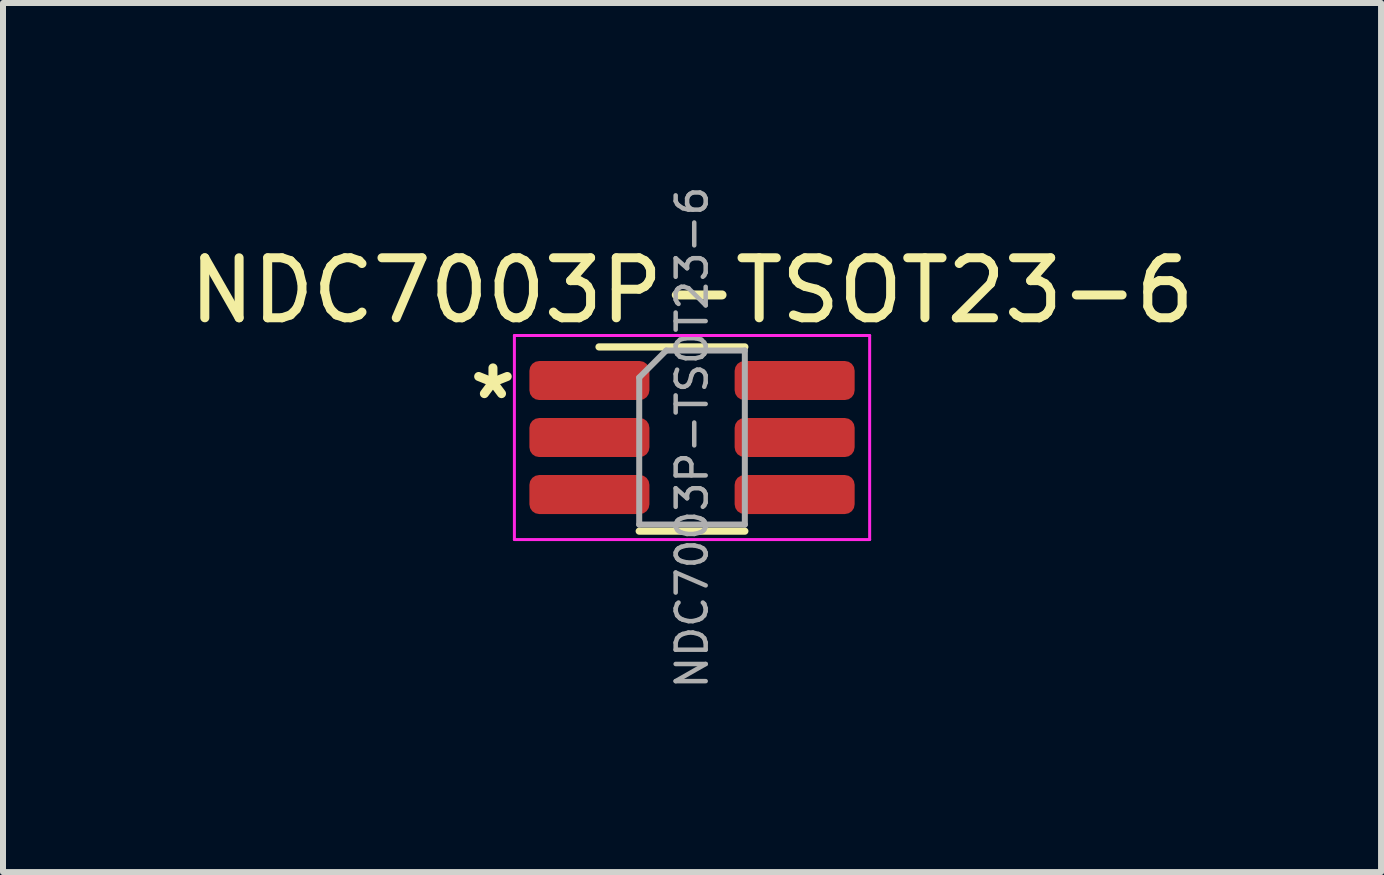
<source format=kicad_pcb>
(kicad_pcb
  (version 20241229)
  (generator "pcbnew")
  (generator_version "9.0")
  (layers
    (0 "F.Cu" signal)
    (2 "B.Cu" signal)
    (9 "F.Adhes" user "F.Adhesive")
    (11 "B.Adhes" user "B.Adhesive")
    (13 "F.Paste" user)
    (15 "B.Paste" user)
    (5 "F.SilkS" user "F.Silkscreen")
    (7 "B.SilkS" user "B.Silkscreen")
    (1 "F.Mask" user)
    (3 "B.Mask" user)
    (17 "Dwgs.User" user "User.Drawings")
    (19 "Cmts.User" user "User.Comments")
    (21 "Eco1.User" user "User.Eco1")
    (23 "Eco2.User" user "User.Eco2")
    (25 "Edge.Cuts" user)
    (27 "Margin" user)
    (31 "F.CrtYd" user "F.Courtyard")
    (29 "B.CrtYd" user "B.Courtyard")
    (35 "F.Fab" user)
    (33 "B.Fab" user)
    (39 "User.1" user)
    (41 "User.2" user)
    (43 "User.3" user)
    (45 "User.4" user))
  (footprint "NDC7003P-TSOT23-6"
    (layer "F.Cu")
    (at 8.482 4.241)
    (property "Reference" "NDC7003P-TSOT23-6" (at 0 -2.45 0) (layer "F.SilkS") (effects (font (size 1 1) (thickness 0.15))))
    (attr smd)
    (fp_line (start -0.88 1.56) (end 0.88 1.56) (stroke (width 0.12) (type solid)) (layer "F.SilkS"))
    (fp_line (start 0.88 -1.51) (end -1.55 -1.51) (stroke (width 0.12) (type solid)) (layer "F.SilkS"))
    (fp_line (start -2.96 -1.7) (end -2.96 1.7) (stroke (width 0.05) (type solid)) (layer "F.CrtYd"))
    (fp_line (start -2.96 -1.7) (end 2.96 -1.7) (stroke (width 0.05) (type solid)) (layer "F.CrtYd"))
    (fp_line (start 2.96 1.7) (end -2.96 1.7) (stroke (width 0.05) (type solid)) (layer "F.CrtYd"))
    (fp_line (start 2.96 1.7) (end 2.96 -1.7) (stroke (width 0.05) (type solid)) (layer "F.CrtYd"))
    (fp_line (start -0.88 -1) (end -0.88 1.45) (stroke (width 0.1) (type solid)) (layer "F.Fab"))
    (fp_line (start -0.88 -1) (end -0.43 -1.45) (stroke (width 0.1) (type solid)) (layer "F.Fab"))
    (fp_line (start 0.88 -1.45) (end -0.43 -1.45) (stroke (width 0.1) (type solid)) (layer "F.Fab"))
    (fp_line (start 0.88 -1.45) (end 0.88 1.45) (stroke (width 0.1) (type solid)) (layer "F.Fab"))
    (fp_line (start 0.88 1.45) (end -0.88 1.45) (stroke (width 0.1) (type solid)) (layer "F.Fab"))
    (fp_text user "*" (at -3.797 -0.03 0) (unlocked yes) (layer "F.SilkS") (effects (font (size 1 1) (thickness 0.15)) (justify left bottom)))
    (fp_text user "${REFERENCE}" (at 0 0 90) (layer "F.Fab") (effects (font (size 0.5 0.5) (thickness 0.075))))
    (pad "1" smd roundrect (at -1.71 -0.95) (size 2 0.65) (layers "F.Cu" "F.Mask" "F.Paste") (roundrect_rratio 0.25))
    (pad "2" smd roundrect (at -1.71 0) (size 2 0.65) (layers "F.Cu" "F.Mask" "F.Paste") (roundrect_rratio 0.25))
    (pad "3" smd roundrect (at -1.71 0.95) (size 2 0.65) (layers "F.Cu" "F.Mask" "F.Paste") (roundrect_rratio 0.25))
    (pad "4" smd roundrect (at 1.71 0.95) (size 2 0.65) (layers "F.Cu" "F.Mask" "F.Paste") (roundrect_rratio 0.25))
    (pad "5" smd roundrect (at 1.71 0) (size 2 0.65) (layers "F.Cu" "F.Mask" "F.Paste") (roundrect_rratio 0.25))
    (pad "6" smd roundrect (at 1.71 -0.95) (size 2 0.65) (layers "F.Cu" "F.Mask" "F.Paste") (roundrect_rratio 0.25)))
  (gr_rect
    (start -3 -3)
    (end 19.964 11.482)
    (stroke (width 0.1) (type default))
    (fill no)
    (layer "Edge.Cuts")))
</source>
